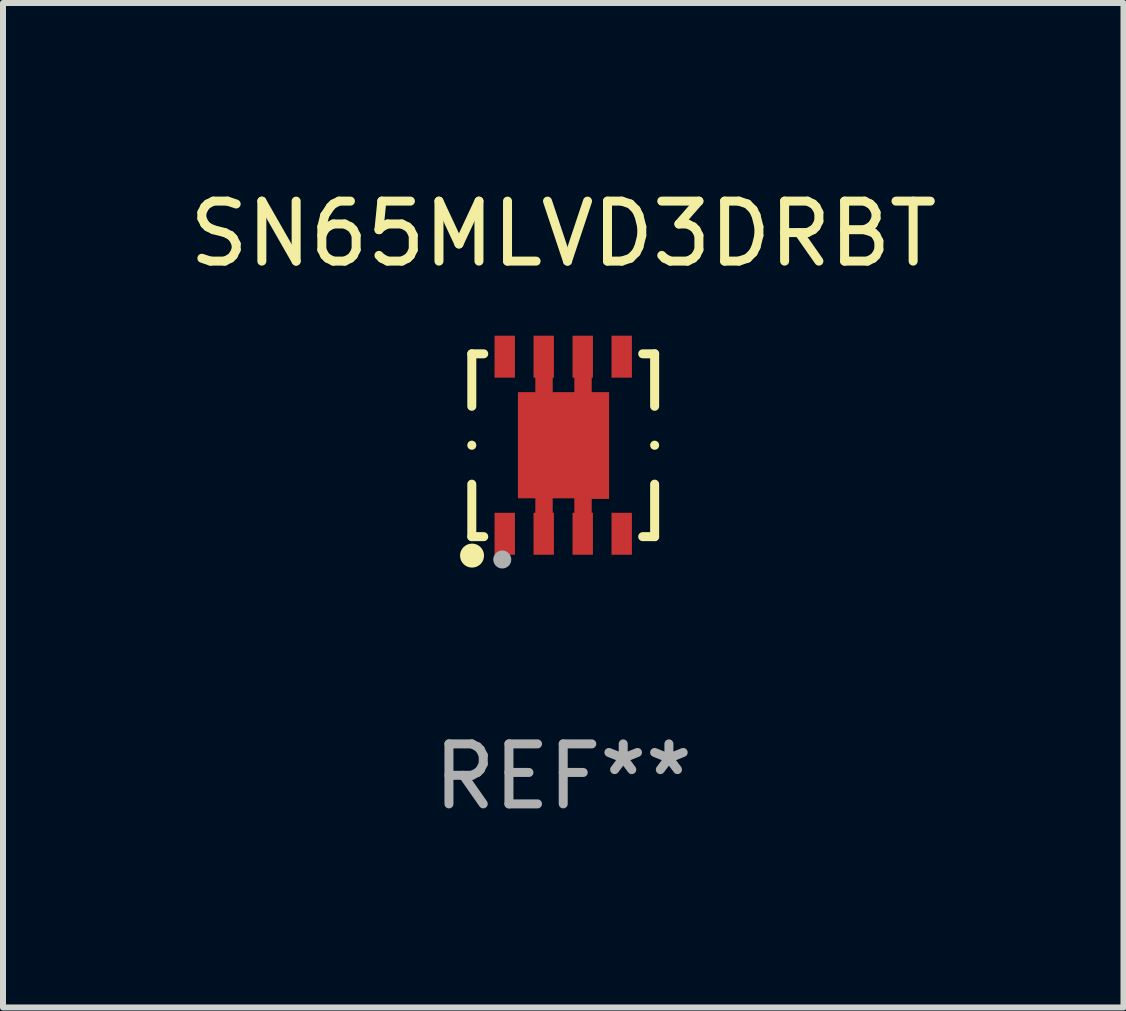
<source format=kicad_pcb>
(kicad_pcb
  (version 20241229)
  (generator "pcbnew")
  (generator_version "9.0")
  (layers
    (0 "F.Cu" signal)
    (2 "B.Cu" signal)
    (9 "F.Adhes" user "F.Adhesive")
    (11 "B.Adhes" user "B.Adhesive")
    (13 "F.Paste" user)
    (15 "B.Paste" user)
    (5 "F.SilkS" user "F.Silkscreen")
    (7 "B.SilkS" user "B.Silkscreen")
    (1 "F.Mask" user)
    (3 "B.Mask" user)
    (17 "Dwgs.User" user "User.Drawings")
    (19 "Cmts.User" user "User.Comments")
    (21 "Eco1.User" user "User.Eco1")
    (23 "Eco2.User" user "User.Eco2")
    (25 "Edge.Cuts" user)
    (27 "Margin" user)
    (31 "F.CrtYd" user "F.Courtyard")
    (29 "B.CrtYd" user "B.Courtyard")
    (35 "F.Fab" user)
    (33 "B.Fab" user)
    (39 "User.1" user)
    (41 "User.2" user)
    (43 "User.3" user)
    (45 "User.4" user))
  (footprint "SN65MLVD3DRBT"
    (layer "F.Cu")
    (at 6.339 4.372)
    (property "Reference" "SN65MLVD3DRBT" (at 0 -3.524 0) (layer "F.SilkS") (effects (font (size 1 1) (thickness 0.15))))
    (attr through_hole)
    (fp_line (start -1.524 -1.524) (end -1.524 -0.649) (stroke (width 0.15) (type solid)) (layer "F.SilkS"))
    (fp_line (start -1.524 -0.001) (end -1.524 0.001) (stroke (width 0.15) (type solid)) (layer "F.SilkS"))
    (fp_line (start -1.524 0.649) (end -1.524 1.524) (stroke (width 0.15) (type solid)) (layer "F.SilkS"))
    (fp_line (start -1.524 1.524) (end -1.325 1.524) (stroke (width 0.15) (type solid)) (layer "F.SilkS"))
    (fp_line (start -1.325 -1.524) (end -1.524 -1.524) (stroke (width 0.15) (type solid)) (layer "F.SilkS"))
    (fp_line (start 1.325 1.524) (end 1.524 1.524) (stroke (width 0.15) (type solid)) (layer "F.SilkS"))
    (fp_line (start 1.524 -1.524) (end 1.325 -1.524) (stroke (width 0.15) (type solid)) (layer "F.SilkS"))
    (fp_line (start 1.524 -0.649) (end 1.524 -1.524) (stroke (width 0.15) (type solid)) (layer "F.SilkS"))
    (fp_line (start 1.524 0.001) (end 1.524 -0.001) (stroke (width 0.15) (type solid)) (layer "F.SilkS"))
    (fp_line (start 1.524 1.524) (end 1.524 0.649) (stroke (width 0.15) (type solid)) (layer "F.SilkS"))
    (fp_circle (center -1.52 1.84) (end -1.42 1.84) (stroke (width 0.2) (type solid)) (fill no) (layer "F.SilkS"))
    (fp_circle (center -1.5 1.526) (end -1.47 1.526) (stroke (width 0.06) (type solid)) (fill no) (layer "F.SilkS"))
    (fp_circle (center -1.016 1.905) (end -0.941 1.905) (stroke (width 0.15) (type solid)) (fill no) (layer "F.Fab"))
    (fp_text user "REF**" (at 0 5.524 0) (layer "F.Fab") (effects (font (size 1 1) (thickness 0.15))))
    (pad "1" smd rect (at -0.975 1.476) (size 0.34 0.7) (layers "F.Cu" "F.Mask" "F.Paste"))
    (pad "2" smd rect (at -0.325 1.476) (size 0.34 0.7) (layers "F.Cu" "F.Mask" "F.Paste"))
    (pad "3" smd rect (at 0.325 1.476) (size 0.34 0.7) (layers "F.Cu" "F.Mask" "F.Paste"))
    (pad "4" smd rect (at 0.975 1.476) (size 0.34 0.7) (layers "F.Cu" "F.Mask" "F.Paste"))
    (pad "5" smd rect (at 0.975 -1.476 180) (size 0.34 0.7) (layers "F.Cu" "F.Mask" "F.Paste"))
    (pad "6" smd rect (at 0.325 -1.476 180) (size 0.34 0.7) (layers "F.Cu" "F.Mask" "F.Paste"))
    (pad "7" smd rect (at -0.325 -1.476 180) (size 0.34 0.7) (layers "F.Cu" "F.Mask" "F.Paste"))
    (pad "8" smd rect (at -0.975 -1.476 180) (size 0.34 0.7) (layers "F.Cu" "F.Mask" "F.Paste"))
    (pad "9" smd custom (at 0.005 0 90) (size 1.52 3.42) (layers "F.Cu" "F.Mask" "F.Paste") (options (anchor circle)) (primitives (gr_poly (pts (xy -0.895 0.76) (xy -0.895 0.47) (xy -1.715 0.47) (xy -1.715 0.18) (xy -0.885 0.18) (xy -0.885 -0.18) (xy -1.715 -0.18) (xy -1.715 -0.47) (xy -0.885 -0.47) (xy -0.885 -0.76) (xy 0.885 -0.76) (xy 0.885 -0.47) (xy 1.705 -0.47) (xy 1.705 -0.18) (xy 0.885 -0.18) (xy 0.885 0.18) (xy 1.705 0.18) (xy 1.705 0.47) (xy 0.885 0.47) (xy 0.885 0.76) (xy -0.895 0.76) (xy -0.895 0.76)) (width 0) (fill yes)))))
  (gr_rect
    (start -3 -3)
    (end 15.679 13.745)
    (stroke (width 0.1) (type default))
    (fill no)
    (layer "Edge.Cuts")))
</source>
